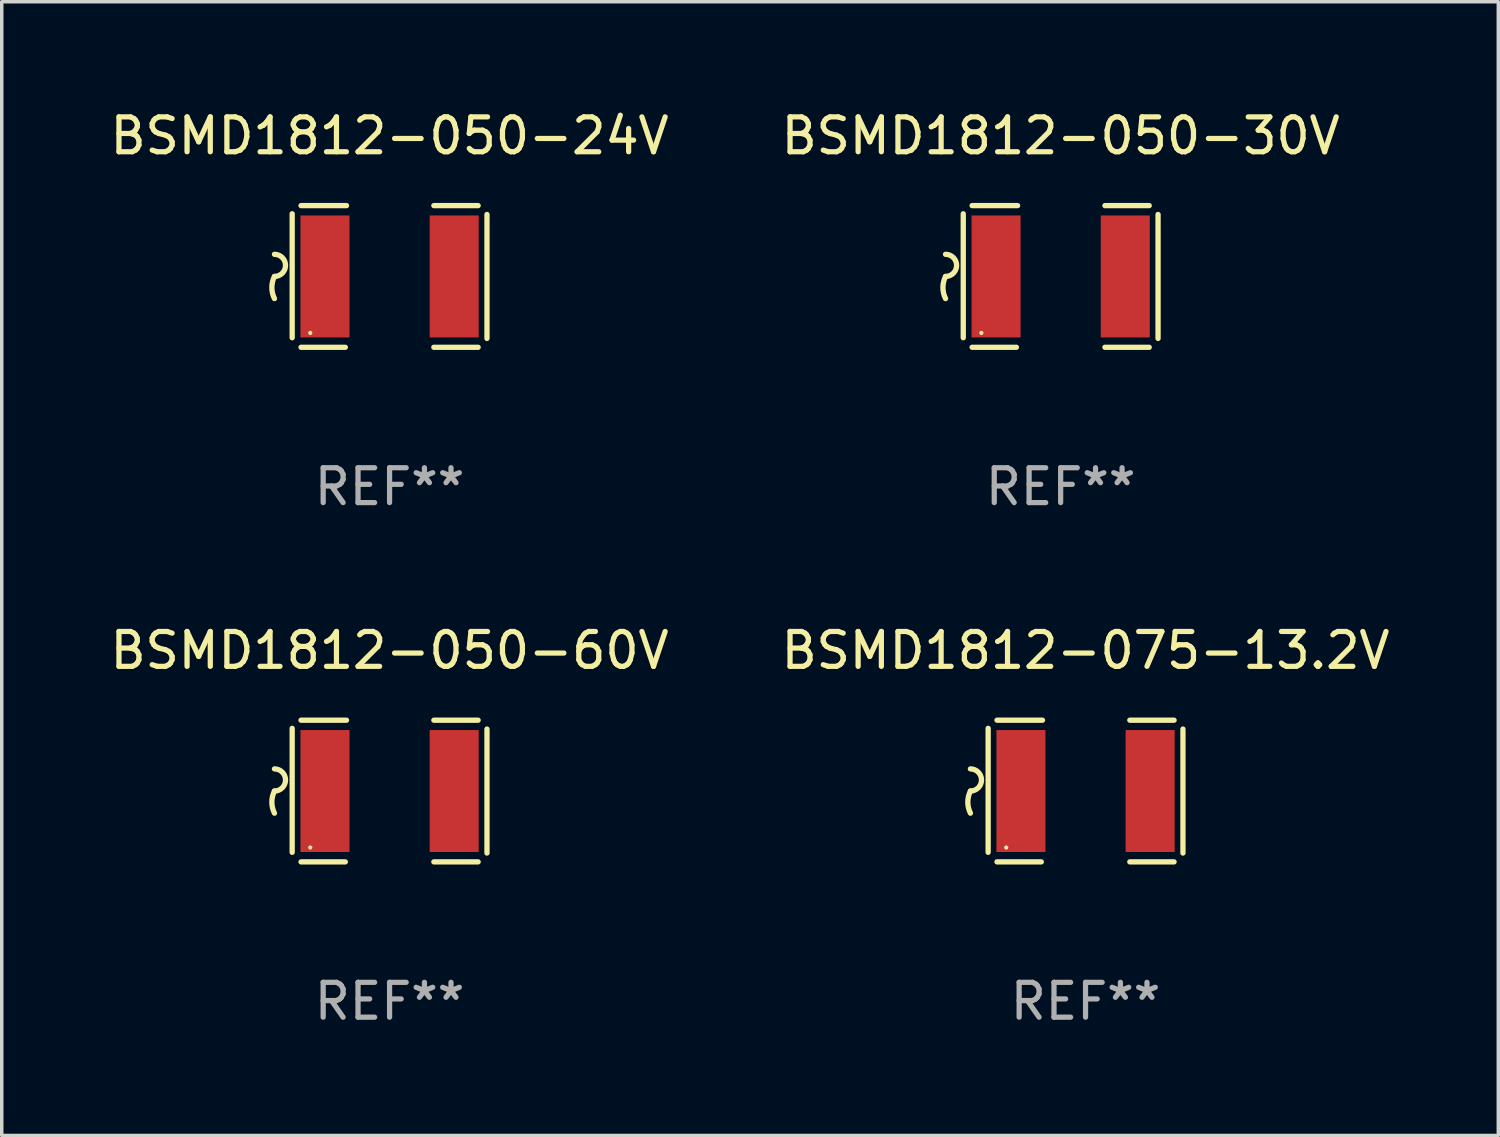
<source format=kicad_pcb>
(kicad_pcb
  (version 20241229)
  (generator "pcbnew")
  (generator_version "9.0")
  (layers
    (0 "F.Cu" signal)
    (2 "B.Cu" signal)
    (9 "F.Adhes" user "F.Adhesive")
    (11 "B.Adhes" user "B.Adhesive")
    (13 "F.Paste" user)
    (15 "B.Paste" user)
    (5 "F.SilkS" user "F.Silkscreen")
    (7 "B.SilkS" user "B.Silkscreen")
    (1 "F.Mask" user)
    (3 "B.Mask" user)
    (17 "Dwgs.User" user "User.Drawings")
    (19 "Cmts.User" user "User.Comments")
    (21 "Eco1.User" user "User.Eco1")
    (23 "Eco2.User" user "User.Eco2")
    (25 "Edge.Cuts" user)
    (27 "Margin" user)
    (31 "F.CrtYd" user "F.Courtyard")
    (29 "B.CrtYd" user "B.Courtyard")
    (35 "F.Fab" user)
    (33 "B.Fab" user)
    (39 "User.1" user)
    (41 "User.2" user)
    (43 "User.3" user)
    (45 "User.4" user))
  (footprint "BSMD1812-050-24V"
    (layer "F.Cu")
    (at 8.125 4.88)
    (property "Reference" "BSMD1812-050-24V" (at 0 -4.032 0) (layer "F.SilkS") (effects (font (size 1 1) (thickness 0.15))))
    (attr through_hole)
    (fp_line (start -2.794 -1.798) (end -2.794 1.758) (stroke (width 0.152) (type solid)) (layer "F.SilkS"))
    (fp_line (start -2.54 -2.032) (end -1.235 -2.032) (stroke (width 0.152) (type solid)) (layer "F.SilkS"))
    (fp_line (start -1.27 2.032) (end -2.54 2.032) (stroke (width 0.152) (type solid)) (layer "F.SilkS"))
    (fp_line (start 1.27 2.032) (end 2.54 2.032) (stroke (width 0.152) (type solid)) (layer "F.SilkS"))
    (fp_line (start 2.54 -2.032) (end 1.27 -2.032) (stroke (width 0.152) (type solid)) (layer "F.SilkS"))
    (fp_line (start 2.794 -1.778) (end 2.794 1.778) (stroke (width 0.152) (type solid)) (layer "F.SilkS"))
    (fp_arc (start -3.302007 -0.635002) (mid -2.984506 -0.317501) (end -3.302007 0) (stroke (width 0.151994) (type solid)) (layer "F.SilkS"))
    (fp_arc (start -3.302007 0.635002) (mid -3.376959 0.317501) (end -3.302007 0) (stroke (width 0.151994) (type solid)) (layer "F.SilkS"))
    (fp_circle (center -2.275 1.62) (end -2.245 1.62) (stroke (width 0.06) (type solid)) (fill no) (layer "F.SilkS"))
    (fp_text user "REF**" (at 0 6.032 0) (layer "F.Fab") (effects (font (size 1 1) (thickness 0.15))))
    (pad "1" smd rect (at -1.853 0) (size 1.407 3.499) (layers "F.Cu" "F.Mask" "F.Paste"))
    (pad "2" smd rect (at 1.853 0) (size 1.407 3.499) (layers "F.Cu" "F.Mask" "F.Paste")))
  (footprint "BSMD1812-050-60V"
    (layer "F.Cu")
    (at 8.125 19.641)
    (property "Reference" "BSMD1812-050-60V" (at 0 -4.032 0) (layer "F.SilkS") (effects (font (size 1 1) (thickness 0.15))))
    (attr through_hole)
    (fp_line (start -2.794 -1.798) (end -2.794 1.758) (stroke (width 0.152) (type solid)) (layer "F.SilkS"))
    (fp_line (start -2.54 -2.032) (end -1.235 -2.032) (stroke (width 0.152) (type solid)) (layer "F.SilkS"))
    (fp_line (start -1.27 2.032) (end -2.54 2.032) (stroke (width 0.152) (type solid)) (layer "F.SilkS"))
    (fp_line (start 1.27 2.032) (end 2.54 2.032) (stroke (width 0.152) (type solid)) (layer "F.SilkS"))
    (fp_line (start 2.54 -2.032) (end 1.27 -2.032) (stroke (width 0.152) (type solid)) (layer "F.SilkS"))
    (fp_line (start 2.794 -1.778) (end 2.794 1.778) (stroke (width 0.152) (type solid)) (layer "F.SilkS"))
    (fp_arc (start -3.302007 -0.635002) (mid -2.984506 -0.317501) (end -3.302007 0) (stroke (width 0.151994) (type solid)) (layer "F.SilkS"))
    (fp_arc (start -3.302007 0.635002) (mid -3.376959 0.317501) (end -3.302007 0) (stroke (width 0.151994) (type solid)) (layer "F.SilkS"))
    (fp_circle (center -2.275 1.62) (end -2.245 1.62) (stroke (width 0.06) (type solid)) (fill no) (layer "F.SilkS"))
    (fp_text user "REF**" (at 0 6.032 0) (layer "F.Fab") (effects (font (size 1 1) (thickness 0.15))))
    (pad "1" smd rect (at -1.853 0) (size 1.407 3.499) (layers "F.Cu" "F.Mask" "F.Paste"))
    (pad "2" smd rect (at 1.853 0) (size 1.407 3.499) (layers "F.Cu" "F.Mask" "F.Paste")))
  (footprint "BSMD1812-075-13.2V"
    (layer "F.Cu")
    (at 28.089 19.641)
    (property "Reference" "BSMD1812-075-13.2V" (at 0 -4.032 0) (layer "F.SilkS") (effects (font (size 1 1) (thickness 0.15))))
    (attr through_hole)
    (fp_line (start -2.794 -1.798) (end -2.794 1.758) (stroke (width 0.152) (type solid)) (layer "F.SilkS"))
    (fp_line (start -2.54 -2.032) (end -1.235 -2.032) (stroke (width 0.152) (type solid)) (layer "F.SilkS"))
    (fp_line (start -1.27 2.032) (end -2.54 2.032) (stroke (width 0.152) (type solid)) (layer "F.SilkS"))
    (fp_line (start 1.27 2.032) (end 2.54 2.032) (stroke (width 0.152) (type solid)) (layer "F.SilkS"))
    (fp_line (start 2.54 -2.032) (end 1.27 -2.032) (stroke (width 0.152) (type solid)) (layer "F.SilkS"))
    (fp_line (start 2.794 -1.778) (end 2.794 1.778) (stroke (width 0.152) (type solid)) (layer "F.SilkS"))
    (fp_arc (start -3.302007 -0.635002) (mid -2.984506 -0.317501) (end -3.302007 0) (stroke (width 0.151994) (type solid)) (layer "F.SilkS"))
    (fp_arc (start -3.302007 0.635002) (mid -3.376959 0.317501) (end -3.302007 0) (stroke (width 0.151994) (type solid)) (layer "F.SilkS"))
    (fp_circle (center -2.275 1.62) (end -2.245 1.62) (stroke (width 0.06) (type solid)) (fill no) (layer "F.SilkS"))
    (fp_text user "REF**" (at 0 6.032 0) (layer "F.Fab") (effects (font (size 1 1) (thickness 0.15))))
    (pad "1" smd rect (at -1.853 0) (size 1.407 3.499) (layers "F.Cu" "F.Mask" "F.Paste"))
    (pad "2" smd rect (at 1.853 0) (size 1.407 3.499) (layers "F.Cu" "F.Mask" "F.Paste")))
  (footprint "BSMD1812-050-30V"
    (layer "F.Cu")
    (at 27.375 4.88)
    (property "Reference" "BSMD1812-050-30V" (at 0 -4.032 0) (layer "F.SilkS") (effects (font (size 1 1) (thickness 0.15))))
    (attr through_hole)
    (fp_line (start -2.794 -1.798) (end -2.794 1.758) (stroke (width 0.152) (type solid)) (layer "F.SilkS"))
    (fp_line (start -2.54 -2.032) (end -1.235 -2.032) (stroke (width 0.152) (type solid)) (layer "F.SilkS"))
    (fp_line (start -1.27 2.032) (end -2.54 2.032) (stroke (width 0.152) (type solid)) (layer "F.SilkS"))
    (fp_line (start 1.27 2.032) (end 2.54 2.032) (stroke (width 0.152) (type solid)) (layer "F.SilkS"))
    (fp_line (start 2.54 -2.032) (end 1.27 -2.032) (stroke (width 0.152) (type solid)) (layer "F.SilkS"))
    (fp_line (start 2.794 -1.778) (end 2.794 1.778) (stroke (width 0.152) (type solid)) (layer "F.SilkS"))
    (fp_arc (start -3.302007 -0.635002) (mid -2.984506 -0.317501) (end -3.302007 0) (stroke (width 0.151994) (type solid)) (layer "F.SilkS"))
    (fp_arc (start -3.302007 0.635002) (mid -3.376959 0.317501) (end -3.302007 0) (stroke (width 0.151994) (type solid)) (layer "F.SilkS"))
    (fp_circle (center -2.275 1.62) (end -2.245 1.62) (stroke (width 0.06) (type solid)) (fill no) (layer "F.SilkS"))
    (fp_text user "REF**" (at 0 6.032 0) (layer "F.Fab") (effects (font (size 1 1) (thickness 0.15))))
    (pad "1" smd rect (at -1.853 0) (size 1.407 3.499) (layers "F.Cu" "F.Mask" "F.Paste"))
    (pad "2" smd rect (at 1.853 0) (size 1.407 3.499) (layers "F.Cu" "F.Mask" "F.Paste")))
  (gr_rect
    (start -3 -3)
    (end 39.929 29.521)
    (stroke (width 0.1) (type default))
    (fill no)
    (layer "Edge.Cuts")))
</source>
